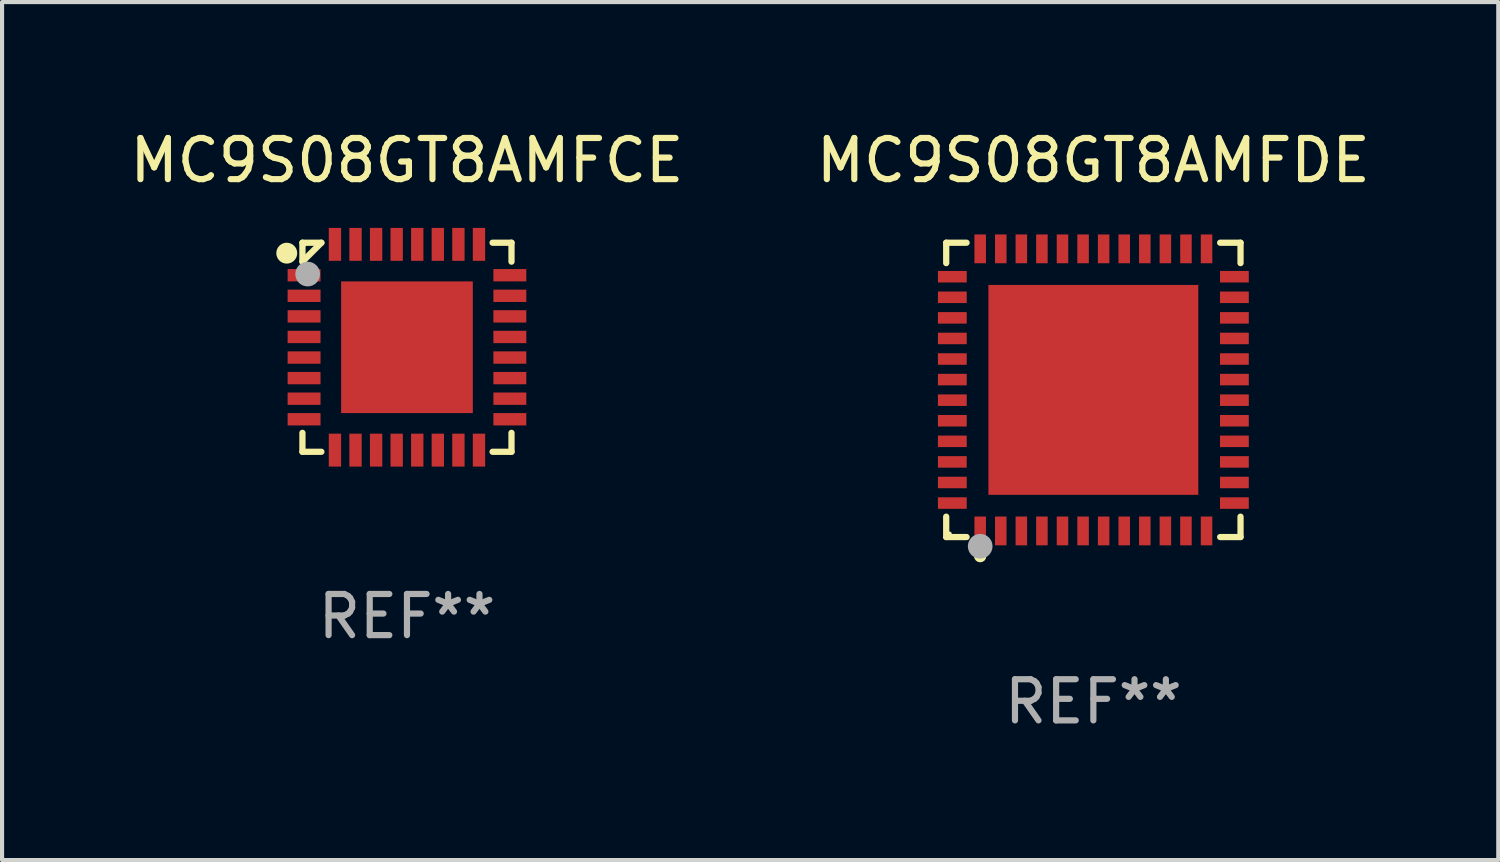
<source format=kicad_pcb>
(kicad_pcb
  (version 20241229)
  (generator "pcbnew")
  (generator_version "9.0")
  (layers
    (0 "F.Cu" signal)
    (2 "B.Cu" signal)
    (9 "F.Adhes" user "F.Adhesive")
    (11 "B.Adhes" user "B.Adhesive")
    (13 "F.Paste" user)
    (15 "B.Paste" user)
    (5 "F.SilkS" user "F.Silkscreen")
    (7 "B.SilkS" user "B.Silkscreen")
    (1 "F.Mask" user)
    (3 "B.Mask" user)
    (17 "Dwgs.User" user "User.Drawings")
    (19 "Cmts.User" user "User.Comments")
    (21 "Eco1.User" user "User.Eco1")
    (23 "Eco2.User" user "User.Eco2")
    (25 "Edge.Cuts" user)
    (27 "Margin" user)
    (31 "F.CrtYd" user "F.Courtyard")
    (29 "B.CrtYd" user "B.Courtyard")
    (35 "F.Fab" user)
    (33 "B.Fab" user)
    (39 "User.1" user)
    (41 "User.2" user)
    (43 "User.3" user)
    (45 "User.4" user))
  (footprint "MC9S08GT8AMFDE"
    (layer "F.Cu")
    (at 23.518 6.424)
    (property "Reference" "MC9S08GT8AMFDE" (at 0 -5.576 0) (layer "F.SilkS") (effects (font (size 1 1) (thickness 0.15))))
    (attr through_hole)
    (fp_line (start -3.576 -3.576) (end -3.081 -3.576) (stroke (width 0.152) (type solid)) (layer "F.SilkS"))
    (fp_line (start -3.576 -3.081) (end -3.576 -3.576) (stroke (width 0.152) (type solid)) (layer "F.SilkS"))
    (fp_line (start -3.576 3.081) (end -3.576 3.576) (stroke (width 0.152) (type solid)) (layer "F.SilkS"))
    (fp_line (start -3.576 3.576) (end -3.081 3.576) (stroke (width 0.152) (type solid)) (layer "F.SilkS"))
    (fp_line (start 3.576 -3.576) (end 3.081 -3.576) (stroke (width 0.152) (type solid)) (layer "F.SilkS"))
    (fp_line (start 3.576 -3.081) (end 3.576 -3.576) (stroke (width 0.152) (type solid)) (layer "F.SilkS"))
    (fp_line (start 3.576 3.081) (end 3.576 3.576) (stroke (width 0.152) (type solid)) (layer "F.SilkS"))
    (fp_line (start 3.576 3.576) (end 3.081 3.576) (stroke (width 0.152) (type solid)) (layer "F.SilkS"))
    (fp_circle (center -3.5 3.5) (end -3.47 3.5) (stroke (width 0.06) (type solid)) (fill no) (layer "F.SilkS"))
    (fp_circle (center -2.75 4.04) (end -2.675 4.04) (stroke (width 0.15) (type solid)) (fill no) (layer "F.SilkS"))
    (fp_circle (center -2.75 3.8) (end -2.6 3.8) (stroke (width 0.3) (type solid)) (fill no) (layer "F.Fab"))
    (fp_text user "REF**" (at 0 7.576 0) (layer "F.Fab") (effects (font (size 1 1) (thickness 0.15))))
    (pad "1" smd rect (at -2.75 3.427) (size 0.28 0.7) (layers "F.Cu" "F.Mask" "F.Paste"))
    (pad "2" smd rect (at -2.25 3.427) (size 0.28 0.7) (layers "F.Cu" "F.Mask" "F.Paste"))
    (pad "3" smd rect (at -1.75 3.427) (size 0.28 0.7) (layers "F.Cu" "F.Mask" "F.Paste"))
    (pad "4" smd rect (at -1.25 3.427) (size 0.28 0.7) (layers "F.Cu" "F.Mask" "F.Paste"))
    (pad "5" smd rect (at -0.75 3.427) (size 0.28 0.7) (layers "F.Cu" "F.Mask" "F.Paste"))
    (pad "6" smd rect (at -0.25 3.427) (size 0.28 0.7) (layers "F.Cu" "F.Mask" "F.Paste"))
    (pad "7" smd rect (at 0.25 3.427) (size 0.28 0.7) (layers "F.Cu" "F.Mask" "F.Paste"))
    (pad "8" smd rect (at 0.75 3.427) (size 0.28 0.7) (layers "F.Cu" "F.Mask" "F.Paste"))
    (pad "9" smd rect (at 1.25 3.427) (size 0.28 0.7) (layers "F.Cu" "F.Mask" "F.Paste"))
    (pad "10" smd rect (at 1.75 3.427) (size 0.28 0.7) (layers "F.Cu" "F.Mask" "F.Paste"))
    (pad "11" smd rect (at 2.25 3.427) (size 0.28 0.7) (layers "F.Cu" "F.Mask" "F.Paste"))
    (pad "12" smd rect (at 2.75 3.427) (size 0.28 0.7) (layers "F.Cu" "F.Mask" "F.Paste"))
    (pad "13" smd rect (at 3.427 2.75) (size 0.7 0.28) (layers "F.Cu" "F.Mask" "F.Paste"))
    (pad "14" smd rect (at 3.427 2.25) (size 0.7 0.28) (layers "F.Cu" "F.Mask" "F.Paste"))
    (pad "15" smd rect (at 3.427 1.75) (size 0.7 0.28) (layers "F.Cu" "F.Mask" "F.Paste"))
    (pad "16" smd rect (at 3.427 1.25) (size 0.7 0.28) (layers "F.Cu" "F.Mask" "F.Paste"))
    (pad "17" smd rect (at 3.427 0.75) (size 0.7 0.28) (layers "F.Cu" "F.Mask" "F.Paste"))
    (pad "18" smd rect (at 3.427 0.25) (size 0.7 0.28) (layers "F.Cu" "F.Mask" "F.Paste"))
    (pad "19" smd rect (at 3.427 -0.25) (size 0.7 0.28) (layers "F.Cu" "F.Mask" "F.Paste"))
    (pad "20" smd rect (at 3.427 -0.75) (size 0.7 0.28) (layers "F.Cu" "F.Mask" "F.Paste"))
    (pad "21" smd rect (at 3.427 -1.25) (size 0.7 0.28) (layers "F.Cu" "F.Mask" "F.Paste"))
    (pad "22" smd rect (at 3.427 -1.75) (size 0.7 0.28) (layers "F.Cu" "F.Mask" "F.Paste"))
    (pad "23" smd rect (at 3.427 -2.25) (size 0.7 0.28) (layers "F.Cu" "F.Mask" "F.Paste"))
    (pad "24" smd rect (at 3.427 -2.75) (size 0.7 0.28) (layers "F.Cu" "F.Mask" "F.Paste"))
    (pad "25" smd rect (at 2.75 -3.427) (size 0.28 0.7) (layers "F.Cu" "F.Mask" "F.Paste"))
    (pad "26" smd rect (at 2.25 -3.427) (size 0.28 0.7) (layers "F.Cu" "F.Mask" "F.Paste"))
    (pad "27" smd rect (at 1.75 -3.427) (size 0.28 0.7) (layers "F.Cu" "F.Mask" "F.Paste"))
    (pad "28" smd rect (at 1.25 -3.427) (size 0.28 0.7) (layers "F.Cu" "F.Mask" "F.Paste"))
    (pad "29" smd rect (at 0.75 -3.427) (size 0.28 0.7) (layers "F.Cu" "F.Mask" "F.Paste"))
    (pad "30" smd rect (at 0.25 -3.427) (size 0.28 0.7) (layers "F.Cu" "F.Mask" "F.Paste"))
    (pad "31" smd rect (at -0.25 -3.427) (size 0.28 0.7) (layers "F.Cu" "F.Mask" "F.Paste"))
    (pad "32" smd rect (at -0.75 -3.427) (size 0.28 0.7) (layers "F.Cu" "F.Mask" "F.Paste"))
    (pad "33" smd rect (at -1.25 -3.427) (size 0.28 0.7) (layers "F.Cu" "F.Mask" "F.Paste"))
    (pad "34" smd rect (at -1.75 -3.427) (size 0.28 0.7) (layers "F.Cu" "F.Mask" "F.Paste"))
    (pad "35" smd rect (at -2.25 -3.427) (size 0.28 0.7) (layers "F.Cu" "F.Mask" "F.Paste"))
    (pad "36" smd rect (at -2.75 -3.427) (size 0.28 0.7) (layers "F.Cu" "F.Mask" "F.Paste"))
    (pad "37" smd rect (at -3.427 -2.75) (size 0.7 0.28) (layers "F.Cu" "F.Mask" "F.Paste"))
    (pad "38" smd rect (at -3.427 -2.25) (size 0.7 0.28) (layers "F.Cu" "F.Mask" "F.Paste"))
    (pad "39" smd rect (at -3.427 -1.75) (size 0.7 0.28) (layers "F.Cu" "F.Mask" "F.Paste"))
    (pad "40" smd rect (at -3.427 -1.25) (size 0.7 0.28) (layers "F.Cu" "F.Mask" "F.Paste"))
    (pad "41" smd rect (at -3.427 -0.75) (size 0.7 0.28) (layers "F.Cu" "F.Mask" "F.Paste"))
    (pad "42" smd rect (at -3.427 -0.25) (size 0.7 0.28) (layers "F.Cu" "F.Mask" "F.Paste"))
    (pad "43" smd rect (at -3.427 0.25) (size 0.7 0.28) (layers "F.Cu" "F.Mask" "F.Paste"))
    (pad "44" smd rect (at -3.427 0.75) (size 0.7 0.28) (layers "F.Cu" "F.Mask" "F.Paste"))
    (pad "45" smd rect (at -3.427 1.25) (size 0.7 0.28) (layers "F.Cu" "F.Mask" "F.Paste"))
    (pad "46" smd rect (at -3.427 1.75) (size 0.7 0.28) (layers "F.Cu" "F.Mask" "F.Paste"))
    (pad "47" smd rect (at -3.427 2.25) (size 0.7 0.28) (layers "F.Cu" "F.Mask" "F.Paste"))
    (pad "48" smd rect (at -3.427 2.75) (size 0.7 0.28) (layers "F.Cu" "F.Mask" "F.Paste"))
    (pad "49" smd rect (at 0 0) (size 5.1 5.1) (layers "F.Cu" "F.Mask" "F.Paste")))
  (footprint "MC9S08GT8AMFCE"
    (layer "F.Cu")
    (at 6.839 5.388)
    (property "Reference" "MC9S08GT8AMFCE" (at 0 -4.54 0) (layer "F.SilkS") (effects (font (size 1 1) (thickness 0.15))))
    (attr through_hole)
    (fp_line (start -2.54 -2.54) (end -2.08 -2.54) (stroke (width 0.152) (type solid)) (layer "F.SilkS"))
    (fp_line (start -2.54 -2.08) (end -2.54 -2.54) (stroke (width 0.152) (type solid)) (layer "F.SilkS"))
    (fp_line (start -2.54 -2.08) (end -2.08 -2.54) (stroke (width 0.152) (type solid)) (layer "F.SilkS"))
    (fp_line (start -2.54 2.54) (end -2.54 2.08) (stroke (width 0.152) (type solid)) (layer "F.SilkS"))
    (fp_line (start -2.08 2.54) (end -2.54 2.54) (stroke (width 0.152) (type solid)) (layer "F.SilkS"))
    (fp_line (start 2.08 -2.54) (end 2.54 -2.54) (stroke (width 0.152) (type solid)) (layer "F.SilkS"))
    (fp_line (start 2.54 -2.54) (end 2.54 -2.08) (stroke (width 0.152) (type solid)) (layer "F.SilkS"))
    (fp_line (start 2.54 2.08) (end 2.54 2.54) (stroke (width 0.152) (type solid)) (layer "F.SilkS"))
    (fp_line (start 2.54 2.54) (end 2.08 2.54) (stroke (width 0.152) (type solid)) (layer "F.SilkS"))
    (fp_circle (center -2.921 -2.286) (end -2.794 -2.286) (stroke (width 0.254) (type solid)) (fill no) (layer "F.SilkS"))
    (fp_circle (center -2.5 -2.5) (end -2.47 -2.5) (stroke (width 0.06) (type solid)) (fill no) (layer "F.SilkS"))
    (fp_circle (center -2.413 -1.778) (end -2.263 -1.778) (stroke (width 0.3) (type solid)) (fill no) (layer "F.Fab"))
    (fp_text user "REF**" (at 0 6.54 0) (layer "F.Fab") (effects (font (size 1 1) (thickness 0.15))))
    (pad "1" smd rect (at -2.5 -1.75 90) (size 0.3 0.8) (layers "F.Cu" "F.Mask" "F.Paste"))
    (pad "2" smd rect (at -2.5 -1.25 90) (size 0.3 0.8) (layers "F.Cu" "F.Mask" "F.Paste"))
    (pad "3" smd rect (at -2.5 -0.75 90) (size 0.3 0.8) (layers "F.Cu" "F.Mask" "F.Paste"))
    (pad "4" smd rect (at -2.5 -0.25 90) (size 0.3 0.8) (layers "F.Cu" "F.Mask" "F.Paste"))
    (pad "5" smd rect (at -2.5 0.25 90) (size 0.3 0.8) (layers "F.Cu" "F.Mask" "F.Paste"))
    (pad "6" smd rect (at -2.5 0.75 90) (size 0.3 0.8) (layers "F.Cu" "F.Mask" "F.Paste"))
    (pad "7" smd rect (at -2.5 1.25 90) (size 0.3 0.8) (layers "F.Cu" "F.Mask" "F.Paste"))
    (pad "8" smd rect (at -2.5 1.75 90) (size 0.3 0.8) (layers "F.Cu" "F.Mask" "F.Paste"))
    (pad "9" smd rect (at -1.75 2.5 180) (size 0.3 0.8) (layers "F.Cu" "F.Mask" "F.Paste"))
    (pad "10" smd rect (at -1.25 2.5 180) (size 0.3 0.8) (layers "F.Cu" "F.Mask" "F.Paste"))
    (pad "11" smd rect (at -0.75 2.5 180) (size 0.3 0.8) (layers "F.Cu" "F.Mask" "F.Paste"))
    (pad "12" smd rect (at -0.25 2.5 180) (size 0.3 0.8) (layers "F.Cu" "F.Mask" "F.Paste"))
    (pad "13" smd rect (at 0.25 2.5 180) (size 0.3 0.8) (layers "F.Cu" "F.Mask" "F.Paste"))
    (pad "14" smd rect (at 0.75 2.5 180) (size 0.3 0.8) (layers "F.Cu" "F.Mask" "F.Paste"))
    (pad "15" smd rect (at 1.25 2.5 180) (size 0.3 0.8) (layers "F.Cu" "F.Mask" "F.Paste"))
    (pad "16" smd rect (at 1.75 2.5 180) (size 0.3 0.8) (layers "F.Cu" "F.Mask" "F.Paste"))
    (pad "17" smd rect (at 2.5 1.75 270) (size 0.3 0.8) (layers "F.Cu" "F.Mask" "F.Paste"))
    (pad "18" smd rect (at 2.5 1.25 270) (size 0.3 0.8) (layers "F.Cu" "F.Mask" "F.Paste"))
    (pad "19" smd rect (at 2.5 0.75 270) (size 0.3 0.8) (layers "F.Cu" "F.Mask" "F.Paste"))
    (pad "20" smd rect (at 2.5 0.25 270) (size 0.3 0.8) (layers "F.Cu" "F.Mask" "F.Paste"))
    (pad "21" smd rect (at 2.5 -0.25 270) (size 0.3 0.8) (layers "F.Cu" "F.Mask" "F.Paste"))
    (pad "22" smd rect (at 2.5 -0.75 270) (size 0.3 0.8) (layers "F.Cu" "F.Mask" "F.Paste"))
    (pad "23" smd rect (at 2.5 -1.25 270) (size 0.3 0.8) (layers "F.Cu" "F.Mask" "F.Paste"))
    (pad "24" smd rect (at 2.5 -1.75 270) (size 0.3 0.8) (layers "F.Cu" "F.Mask" "F.Paste"))
    (pad "25" smd rect (at 1.75 -2.5) (size 0.3 0.8) (layers "F.Cu" "F.Mask" "F.Paste"))
    (pad "26" smd rect (at 1.25 -2.5) (size 0.3 0.8) (layers "F.Cu" "F.Mask" "F.Paste"))
    (pad "27" smd rect (at 0.75 -2.5) (size 0.3 0.8) (layers "F.Cu" "F.Mask" "F.Paste"))
    (pad "28" smd rect (at 0.25 -2.5) (size 0.3 0.8) (layers "F.Cu" "F.Mask" "F.Paste"))
    (pad "29" smd rect (at -0.25 -2.5) (size 0.3 0.8) (layers "F.Cu" "F.Mask" "F.Paste"))
    (pad "30" smd rect (at -0.75 -2.5) (size 0.3 0.8) (layers "F.Cu" "F.Mask" "F.Paste"))
    (pad "31" smd rect (at -1.25 -2.5) (size 0.3 0.8) (layers "F.Cu" "F.Mask" "F.Paste"))
    (pad "32" smd rect (at -1.75 -2.5) (size 0.3 0.8) (layers "F.Cu" "F.Mask" "F.Paste"))
    (pad "33" smd rect (at 0 0 90) (size 3.2 3.2) (layers "F.Cu" "F.Mask" "F.Paste")))
  (gr_rect
    (start -3 -3)
    (end 33.357 17.849)
    (stroke (width 0.1) (type default))
    (fill no)
    (layer "Edge.Cuts")))
</source>
